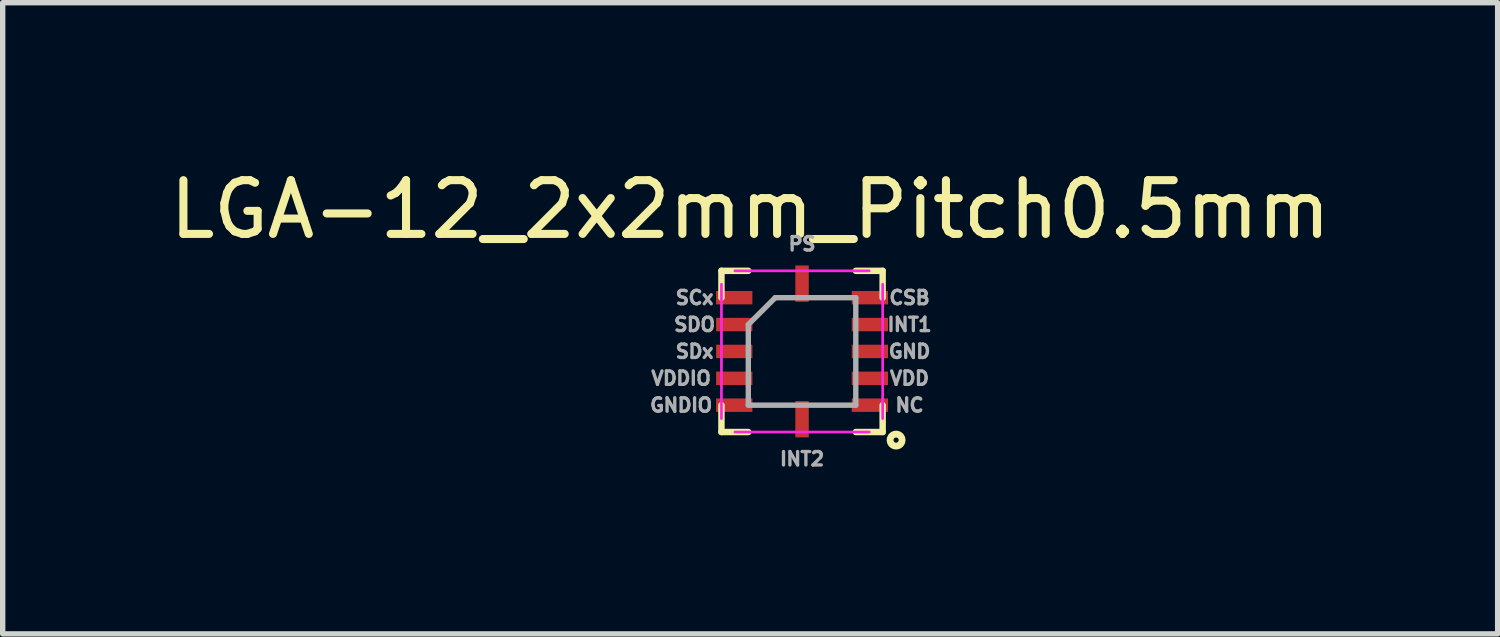
<source format=kicad_pcb>
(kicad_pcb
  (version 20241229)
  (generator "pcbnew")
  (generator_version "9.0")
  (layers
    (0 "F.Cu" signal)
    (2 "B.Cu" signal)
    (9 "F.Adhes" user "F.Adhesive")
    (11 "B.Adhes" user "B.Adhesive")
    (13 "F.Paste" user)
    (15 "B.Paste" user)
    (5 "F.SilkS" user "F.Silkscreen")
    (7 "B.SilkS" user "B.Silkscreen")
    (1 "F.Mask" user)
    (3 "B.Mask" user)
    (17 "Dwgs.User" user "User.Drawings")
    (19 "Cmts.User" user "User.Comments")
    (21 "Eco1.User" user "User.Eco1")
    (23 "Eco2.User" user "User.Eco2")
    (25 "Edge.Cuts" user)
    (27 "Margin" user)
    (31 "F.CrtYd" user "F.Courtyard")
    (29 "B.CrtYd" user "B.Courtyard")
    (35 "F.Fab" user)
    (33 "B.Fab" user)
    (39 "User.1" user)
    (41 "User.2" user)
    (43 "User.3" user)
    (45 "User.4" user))
  (footprint "LGA-12_2x2mm_Pitch0.5mm"
    (layer "F.Cu")
    (at 11.876 3.49)
    (property "Reference" "LGA-12_2x2mm_Pitch0.5mm" (at -0.965 -2.642 0) (layer "F.SilkS") (effects (font (size 1 1) (thickness 0.15))))
    (attr smd)
    (fp_line (start -1.5 -1.5) (end -1.5 -1) (stroke (width 0.12) (type solid)) (layer "F.SilkS"))
    (fp_line (start -1.5 1.5) (end -1.5 1) (stroke (width 0.12) (type solid)) (layer "F.SilkS"))
    (fp_line (start -1 -1.5) (end -1.5 -1.5) (stroke (width 0.12) (type solid)) (layer "F.SilkS"))
    (fp_line (start -1 1.5) (end -1.5 1.5) (stroke (width 0.12) (type solid)) (layer "F.SilkS"))
    (fp_line (start 1 -1.5) (end 1.5 -1.5) (stroke (width 0.12) (type solid)) (layer "F.SilkS"))
    (fp_line (start 1.5 -1.5) (end 1.5 -1) (stroke (width 0.12) (type solid)) (layer "F.SilkS"))
    (fp_line (start 1.5 1) (end 1.5 1.5) (stroke (width 0.12) (type solid)) (layer "F.SilkS"))
    (fp_line (start 1.5 1.5) (end 1 1.5) (stroke (width 0.12) (type solid)) (layer "F.SilkS"))
    (fp_circle (center 1.75 1.65) (end 1.8 1.75) (stroke (width 0.127) (type solid)) (fill no) (layer "F.SilkS"))
    (fp_line (start -1.5 1.25) (end -1.5 -1.25) (stroke (width 0.05) (type solid)) (layer "F.CrtYd"))
    (fp_line (start -1.25 -1.5) (end 1.25 -1.5) (stroke (width 0.05) (type solid)) (layer "F.CrtYd"))
    (fp_line (start 1.25 1.5) (end -1.25 1.5) (stroke (width 0.05) (type solid)) (layer "F.CrtYd"))
    (fp_line (start 1.5 -1.25) (end 1.5 1.25) (stroke (width 0.05) (type solid)) (layer "F.CrtYd"))
    (fp_line (start -1 -0.5) (end -0.5 -1) (stroke (width 0.1) (type solid)) (layer "F.Fab"))
    (fp_line (start -1 1) (end -1 -0.5) (stroke (width 0.1) (type solid)) (layer "F.Fab"))
    (fp_line (start -0.5 -1) (end 1 -1) (stroke (width 0.1) (type solid)) (layer "F.Fab"))
    (fp_line (start 1 -1) (end 1 1) (stroke (width 0.1) (type solid)) (layer "F.Fab"))
    (fp_line (start 1 1) (end -1 1) (stroke (width 0.1) (type solid)) (layer "F.Fab"))
    (fp_text user "INT1" (at 2 -0.5 0) (layer "F.Fab") (effects (font (size 0.25 0.25) (thickness 0.062))))
    (fp_text user "PS" (at 0 -2 0) (layer "F.Fab") (effects (font (size 0.25 0.25) (thickness 0.062))))
    (fp_text user "SDx" (at -2 0 0) (layer "F.Fab") (effects (font (size 0.25 0.25) (thickness 0.062))))
    (fp_text user "INT2" (at 0 2 0) (layer "F.Fab") (effects (font (size 0.25 0.25) (thickness 0.062))))
    (fp_text user "NC" (at 2 1 0) (layer "F.Fab") (effects (font (size 0.25 0.25) (thickness 0.062))))
    (fp_text user "CSB" (at 2 -1 0) (layer "F.Fab") (effects (font (size 0.25 0.25) (thickness 0.062))))
    (fp_text user "GNDIO" (at -2.25 1 0) (layer "F.Fab") (effects (font (size 0.25 0.25) (thickness 0.062))))
    (fp_text user "GND" (at 2 0 0) (layer "F.Fab") (effects (font (size 0.25 0.25) (thickness 0.062))))
    (fp_text user "SCx" (at -2 -1 0) (layer "F.Fab") (effects (font (size 0.25 0.25) (thickness 0.062))))
    (fp_text user "SDO" (at -2 -0.5 0) (layer "F.Fab") (effects (font (size 0.25 0.25) (thickness 0.062))))
    (fp_text user "VDDIO" (at -2.25 0.5 0) (layer "F.Fab") (effects (font (size 0.25 0.25) (thickness 0.062))))
    (fp_text user "VDD" (at 2 0.5 0) (layer "F.Fab") (effects (font (size 0.25 0.25) (thickness 0.062))))
    (pad "1" smd rect (at 1.262 1) (size 0.675 0.25) (layers "F.Cu" "F.Mask" "F.Paste"))
    (pad "2" smd rect (at 1.262 0.5) (size 0.675 0.25) (layers "F.Cu" "F.Mask" "F.Paste"))
    (pad "3" smd rect (at 1.262 0) (size 0.675 0.25) (layers "F.Cu" "F.Mask" "F.Paste"))
    (pad "4" smd rect (at 1.262 -0.5) (size 0.675 0.25) (layers "F.Cu" "F.Mask" "F.Paste"))
    (pad "5" smd rect (at 1.262 -1) (size 0.675 0.25) (layers "F.Cu" "F.Mask" "F.Paste"))
    (pad "6" smd rect (at 0 -1.262) (size 0.25 0.675) (layers "F.Cu" "F.Mask" "F.Paste"))
    (pad "7" smd rect (at -1.262 -1) (size 0.675 0.25) (layers "F.Cu" "F.Mask" "F.Paste"))
    (pad "8" smd rect (at -1.262 -0.5) (size 0.675 0.25) (layers "F.Cu" "F.Mask" "F.Paste"))
    (pad "9" smd rect (at -1.262 0) (size 0.675 0.25) (layers "F.Cu" "F.Mask" "F.Paste"))
    (pad "10" smd rect (at -1.262 0.5) (size 0.675 0.25) (layers "F.Cu" "F.Mask" "F.Paste"))
    (pad "11" smd rect (at -1.262 1) (size 0.675 0.25) (layers "F.Cu" "F.Mask" "F.Paste"))
    (pad "12" smd rect (at 0 1.262) (size 0.25 0.675) (layers "F.Cu" "F.Mask" "F.Paste")))
  (gr_rect
    (start -3 -3)
    (end 24.821 8.746)
    (stroke (width 0.1) (type default))
    (fill no)
    (layer "Edge.Cuts")))
</source>
